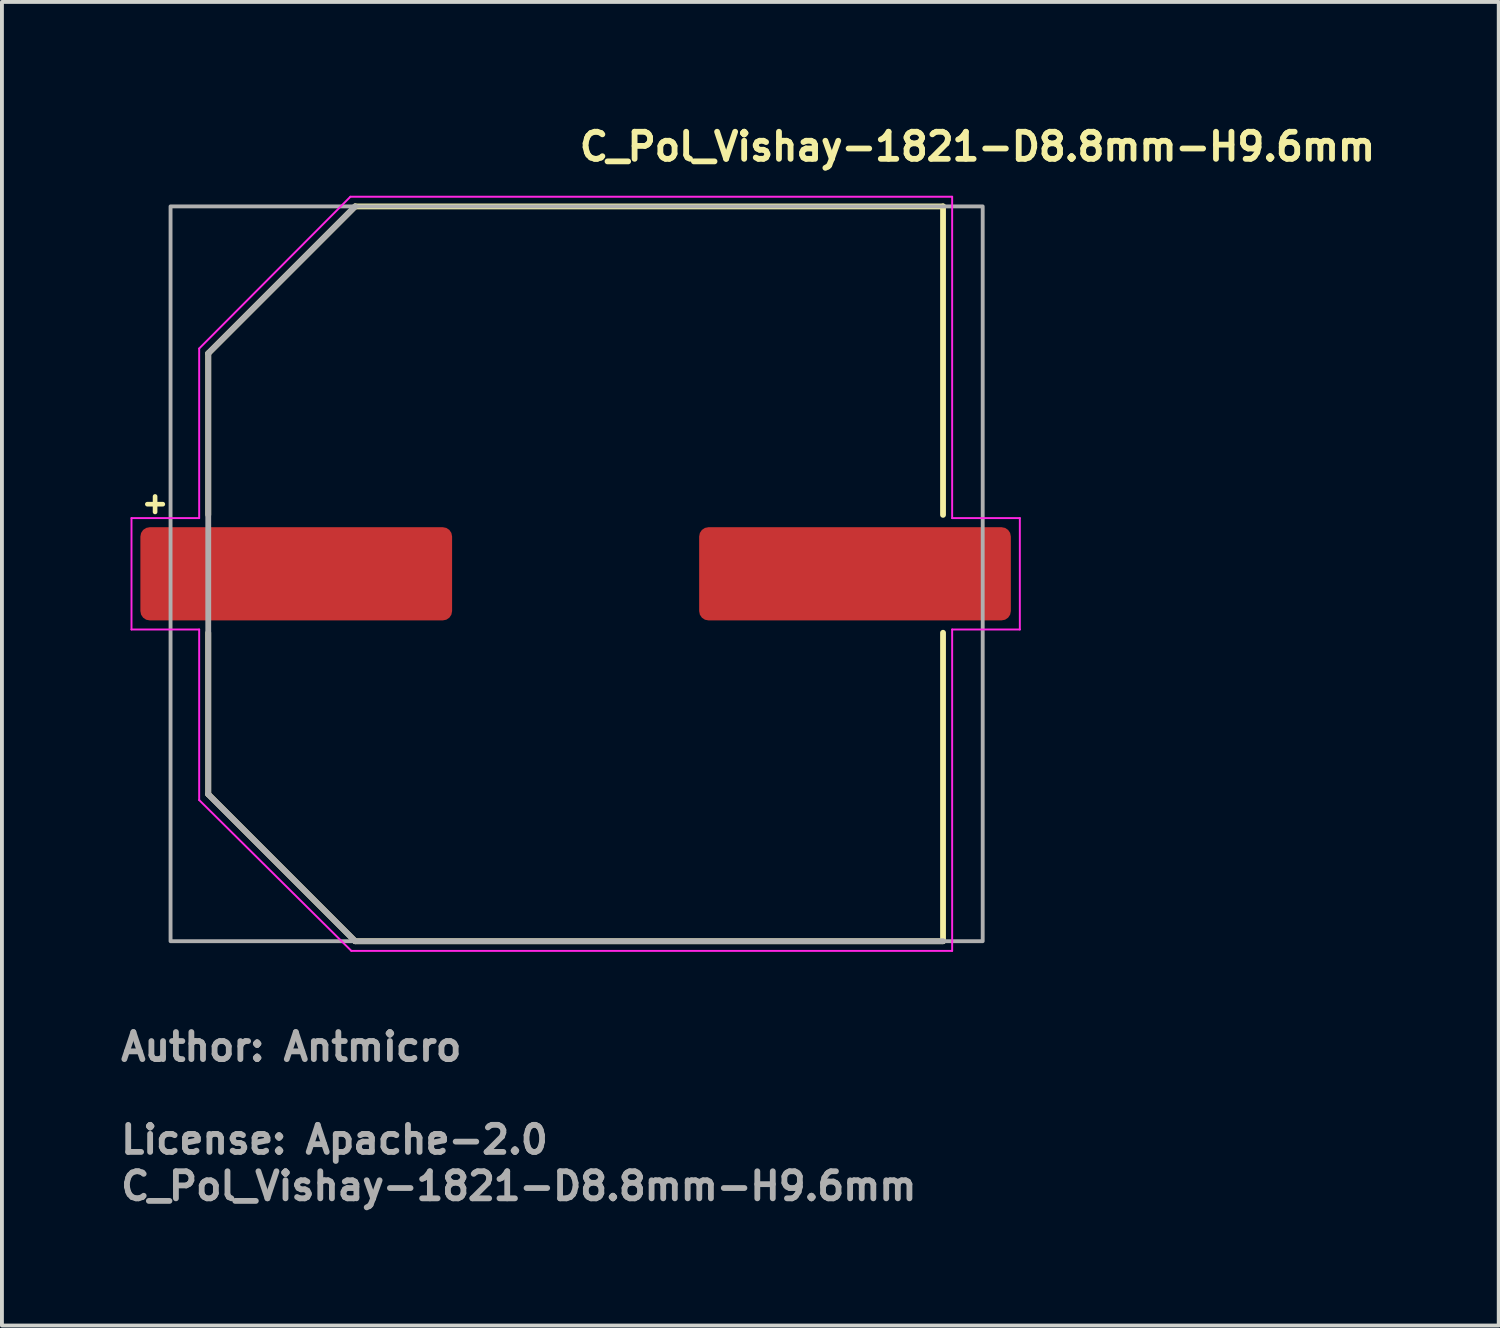
<source format=kicad_pcb>
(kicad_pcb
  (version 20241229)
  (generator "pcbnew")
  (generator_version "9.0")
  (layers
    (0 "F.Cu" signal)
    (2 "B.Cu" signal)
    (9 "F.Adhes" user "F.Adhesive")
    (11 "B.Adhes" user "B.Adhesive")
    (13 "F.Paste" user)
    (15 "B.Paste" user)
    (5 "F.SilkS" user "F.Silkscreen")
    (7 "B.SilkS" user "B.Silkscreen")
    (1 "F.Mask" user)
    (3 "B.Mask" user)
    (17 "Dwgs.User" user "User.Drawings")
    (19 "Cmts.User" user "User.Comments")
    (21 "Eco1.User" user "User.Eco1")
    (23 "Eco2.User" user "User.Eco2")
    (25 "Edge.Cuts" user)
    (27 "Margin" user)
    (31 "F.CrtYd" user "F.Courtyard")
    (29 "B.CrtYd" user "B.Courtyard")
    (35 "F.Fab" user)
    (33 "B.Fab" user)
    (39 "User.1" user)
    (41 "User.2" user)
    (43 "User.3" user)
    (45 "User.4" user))
  (footprint "C_Pol_Vishay-1821-D8.8mm-H9.6mm"
    (layer "F.Cu")
    (at 11.86 11.787)
    (property "Reference" "C_Pol_Vishay-1821-D8.8mm-H9.6mm" (at 0 -10.637 0) (layer "F.SilkS") (effects (font (size 0.7 0.7) (thickness 0.15)) (justify left bottom)))
    (attr smd)
    (fp_line (start -11.1 -1.8) (end -10.7 -1.8) (stroke (width 0.12) (type solid)) (layer "F.SilkS"))
    (fp_line (start -10.9 -2) (end -10.9 -1.6) (stroke (width 0.12) (type solid)) (layer "F.SilkS"))
    (fp_line (start -9.525 -5.7) (end -9.525 -1.524) (stroke (width 0.15) (type solid)) (layer "F.SilkS"))
    (fp_line (start -9.525 5.7) (end -9.525 1.524) (stroke (width 0.15) (type solid)) (layer "F.SilkS"))
    (fp_line (start -5.726 -9.5) (end -9.525 -5.7) (stroke (width 0.15) (type solid)) (layer "F.SilkS"))
    (fp_line (start -5.726 -9.5) (end 9.474 -9.5) (stroke (width 0.15) (type solid)) (layer "F.SilkS"))
    (fp_line (start -5.726 9.5) (end -9.525 5.7) (stroke (width 0.15) (type solid)) (layer "F.SilkS"))
    (fp_line (start 9.474 -9.5) (end 9.474 -1.524) (stroke (width 0.15) (type solid)) (layer "F.SilkS"))
    (fp_line (start 9.474 9.5) (end -5.726 9.5) (stroke (width 0.15) (type solid)) (layer "F.SilkS"))
    (fp_line (start 9.474 9.5) (end 9.474 1.524) (stroke (width 0.15) (type solid)) (layer "F.SilkS"))
    (fp_line (start -11.51 -1.44) (end -9.76 -1.44) (stroke (width 0.05) (type solid)) (layer "F.CrtYd"))
    (fp_line (start -11.51 1.44) (end -11.51 -1.44) (stroke (width 0.05) (type solid)) (layer "F.CrtYd"))
    (fp_line (start -9.76 -1.44) (end -9.76 -5.825) (stroke (width 0.05) (type solid)) (layer "F.CrtYd"))
    (fp_line (start -9.76 1.44) (end -11.51 1.44) (stroke (width 0.05) (type solid)) (layer "F.CrtYd"))
    (fp_line (start -9.76 5.85) (end -9.76 1.44) (stroke (width 0.05) (type solid)) (layer "F.CrtYd"))
    (fp_line (start -5.85 -9.75) (end -9.76 -5.825) (stroke (width 0.05) (type solid)) (layer "F.CrtYd"))
    (fp_line (start -5.85 -9.75) (end 9.71 -9.75) (stroke (width 0.05) (type solid)) (layer "F.CrtYd"))
    (fp_line (start -5.825 9.75) (end -9.76 5.85) (stroke (width 0.05) (type solid)) (layer "F.CrtYd"))
    (fp_line (start 9.71 -9.75) (end 9.71 -1.44) (stroke (width 0.05) (type solid)) (layer "F.CrtYd"))
    (fp_line (start 9.71 -1.44) (end 11.46 -1.44) (stroke (width 0.05) (type solid)) (layer "F.CrtYd"))
    (fp_line (start 9.71 1.44) (end 9.71 9.75) (stroke (width 0.05) (type solid)) (layer "F.CrtYd"))
    (fp_line (start 9.71 9.75) (end -5.825 9.75) (stroke (width 0.05) (type solid)) (layer "F.CrtYd"))
    (fp_line (start 11.46 -1.44) (end 11.46 1.44) (stroke (width 0.05) (type solid)) (layer "F.CrtYd"))
    (fp_line (start 11.46 1.44) (end 9.71 1.44) (stroke (width 0.05) (type solid)) (layer "F.CrtYd"))
    (fp_line (start -9.525 5.7) (end -9.525 -5.7) (stroke (width 0.15) (type solid)) (layer "F.Fab"))
    (fp_line (start -5.726 -9.5) (end -9.525 -5.7) (stroke (width 0.15) (type solid)) (layer "F.Fab"))
    (fp_line (start -5.726 9.5) (end -9.525 5.7) (stroke (width 0.15) (type solid)) (layer "F.Fab"))
    (fp_line (start 9.474 9.5) (end -5.726 9.5) (stroke (width 0.15) (type solid)) (layer "F.Fab"))
    (fp_rect (start -10.5 -9.5) (end 10.5 9.5) (stroke (width 0.1) (type solid)) (fill no) (layer "F.Fab"))
    (fp_rect (start -10.5 -9.5) (end 10.5 9.5) (stroke (width 0.1) (type solid)) (fill no) (layer "User.5"))
    (fp_line (start -10.5 -0.65) (end -10.5 0.65) (stroke (width 0.02) (type solid)) (layer "User.9"))
    (fp_line (start -10.5 0.65) (end -9.5 0.65) (stroke (width 0.02) (type solid)) (layer "User.9"))
    (fp_line (start -9.5 -5.7) (end -9.5 -4) (stroke (width 0.02) (type solid)) (layer "User.9"))
    (fp_line (start -9.5 -4) (end -9.5 4) (stroke (width 0.02) (type solid)) (layer "User.9"))
    (fp_line (start -9.5 -4) (end -8.284 -4) (stroke (width 0.02) (type solid)) (layer "User.9"))
    (fp_line (start -9.5 -0.65) (end -10.5 -0.65) (stroke (width 0.02) (type solid)) (layer "User.9"))
    (fp_line (start -9.5 4) (end -9.5 5.7) (stroke (width 0.02) (type solid)) (layer "User.9"))
    (fp_line (start -9.5 5.7) (end -5.7 9.5) (stroke (width 0.02) (type solid)) (layer "User.9"))
    (fp_line (start -9 0) (end -8.981 -0.582) (stroke (width 0.02) (type solid)) (layer "User.9"))
    (fp_line (start -8.981 -0.582) (end -8.924 -1.162) (stroke (width 0.02) (type solid)) (layer "User.9"))
    (fp_line (start -8.981 0.582) (end -9 0) (stroke (width 0.02) (type solid)) (layer "User.9"))
    (fp_line (start -8.924 -1.162) (end -8.83 -1.739) (stroke (width 0.02) (type solid)) (layer "User.9"))
    (fp_line (start -8.924 1.162) (end -8.981 0.582) (stroke (width 0.02) (type solid)) (layer "User.9"))
    (fp_line (start -8.83 -1.739) (end -8.698 -2.31) (stroke (width 0.02) (type solid)) (layer "User.9"))
    (fp_line (start -8.83 1.739) (end -8.924 1.162) (stroke (width 0.02) (type solid)) (layer "User.9"))
    (fp_line (start -8.698 -2.31) (end -8.528 -2.874) (stroke (width 0.02) (type solid)) (layer "User.9"))
    (fp_line (start -8.698 2.31) (end -8.83 1.739) (stroke (width 0.02) (type solid)) (layer "User.9"))
    (fp_line (start -8.528 -2.874) (end -8.321 -3.428) (stroke (width 0.02) (type solid)) (layer "User.9"))
    (fp_line (start -8.528 2.874) (end -8.698 2.31) (stroke (width 0.02) (type solid)) (layer "User.9"))
    (fp_line (start -8.321 -3.428) (end -8.076 -3.97) (stroke (width 0.02) (type solid)) (layer "User.9"))
    (fp_line (start -8.321 3.428) (end -8.528 2.874) (stroke (width 0.02) (type solid)) (layer "User.9"))
    (fp_line (start -8.284 -4) (end -8.108 -4.346) (stroke (width 0.02) (type solid)) (layer "User.9"))
    (fp_line (start -8.284 4) (end -9.5 4) (stroke (width 0.02) (type solid)) (layer "User.9"))
    (fp_line (start -8.108 -4.346) (end -7.918 -4.684) (stroke (width 0.02) (type solid)) (layer "User.9"))
    (fp_line (start -8.108 4.346) (end -8.284 4) (stroke (width 0.02) (type solid)) (layer "User.9"))
    (fp_line (start -8.076 -3.97) (end -7.794 -4.5) (stroke (width 0.02) (type solid)) (layer "User.9"))
    (fp_line (start -8.076 3.97) (end -8.321 3.428) (stroke (width 0.02) (type solid)) (layer "User.9"))
    (fp_line (start -7.918 -4.684) (end -7.714 -5.012) (stroke (width 0.02) (type solid)) (layer "User.9"))
    (fp_line (start -7.918 4.684) (end -8.108 4.346) (stroke (width 0.02) (type solid)) (layer "User.9"))
    (fp_line (start -7.794 -4.5) (end -7.794 -4.5) (stroke (width 0.02) (type solid)) (layer "User.9"))
    (fp_line (start -7.794 -4.5) (end -7.639 -4.757) (stroke (width 0.02) (type solid)) (layer "User.9"))
    (fp_line (start -7.794 4.5) (end -8.076 3.97) (stroke (width 0.02) (type solid)) (layer "User.9"))
    (fp_line (start -7.794 4.5) (end -7.794 4.5) (stroke (width 0.02) (type solid)) (layer "User.9"))
    (fp_line (start -7.714 -5.012) (end -7.497 -5.331) (stroke (width 0.02) (type solid)) (layer "User.9"))
    (fp_line (start -7.714 5.012) (end -7.918 4.684) (stroke (width 0.02) (type solid)) (layer "User.9"))
    (fp_line (start -7.639 -4.757) (end -7.477 -5.009) (stroke (width 0.02) (type solid)) (layer "User.9"))
    (fp_line (start -7.497 -5.331) (end -7.267 -5.641) (stroke (width 0.02) (type solid)) (layer "User.9"))
    (fp_line (start -7.497 5.331) (end -7.714 5.012) (stroke (width 0.02) (type solid)) (layer "User.9"))
    (fp_line (start -7.477 -5.009) (end -7.307 -5.254) (stroke (width 0.02) (type solid)) (layer "User.9"))
    (fp_line (start -7.477 5.009) (end -7.794 4.5) (stroke (width 0.02) (type solid)) (layer "User.9"))
    (fp_line (start -7.307 -5.254) (end -7.13 -5.492) (stroke (width 0.02) (type solid)) (layer "User.9"))
    (fp_line (start -7.267 -5.641) (end -7.026 -5.939) (stroke (width 0.02) (type solid)) (layer "User.9"))
    (fp_line (start -7.267 5.641) (end -7.497 5.331) (stroke (width 0.02) (type solid)) (layer "User.9"))
    (fp_line (start -7.13 -5.492) (end -6.946 -5.724) (stroke (width 0.02) (type solid)) (layer "User.9"))
    (fp_line (start -7.13 5.492) (end -7.477 5.009) (stroke (width 0.02) (type solid)) (layer "User.9"))
    (fp_line (start -7.026 -5.939) (end -6.772 -6.228) (stroke (width 0.02) (type solid)) (layer "User.9"))
    (fp_line (start -7.026 5.939) (end -7.267 5.641) (stroke (width 0.02) (type solid)) (layer "User.9"))
    (fp_line (start -6.946 -5.724) (end -6.753 -5.949) (stroke (width 0.02) (type solid)) (layer "User.9"))
    (fp_line (start -6.772 -6.228) (end -6.506 -6.505) (stroke (width 0.02) (type solid)) (layer "User.9"))
    (fp_line (start -6.772 6.228) (end -7.026 5.939) (stroke (width 0.02) (type solid)) (layer "User.9"))
    (fp_line (start -6.753 -5.949) (end -6.556 -6.167) (stroke (width 0.02) (type solid)) (layer "User.9"))
    (fp_line (start -6.753 5.949) (end -7.13 5.492) (stroke (width 0.02) (type solid)) (layer "User.9"))
    (fp_line (start -6.556 -6.167) (end -6.351 -6.377) (stroke (width 0.02) (type solid)) (layer "User.9"))
    (fp_line (start -6.506 -6.505) (end -6.229 -6.771) (stroke (width 0.02) (type solid)) (layer "User.9"))
    (fp_line (start -6.506 6.505) (end -6.772 6.228) (stroke (width 0.02) (type solid)) (layer "User.9"))
    (fp_line (start -6.351 -6.377) (end -6.14 -6.581) (stroke (width 0.02) (type solid)) (layer "User.9"))
    (fp_line (start -6.351 6.377) (end -6.753 5.949) (stroke (width 0.02) (type solid)) (layer "User.9"))
    (fp_line (start -6.229 -6.771) (end -5.939 -7.025) (stroke (width 0.02) (type solid)) (layer "User.9"))
    (fp_line (start -6.229 6.771) (end -6.506 6.505) (stroke (width 0.02) (type solid)) (layer "User.9"))
    (fp_line (start -6.14 -6.581) (end -5.922 -6.777) (stroke (width 0.02) (type solid)) (layer "User.9"))
    (fp_line (start -5.939 -7.025) (end -5.641 -7.267) (stroke (width 0.02) (type solid)) (layer "User.9"))
    (fp_line (start -5.939 7.025) (end -6.229 6.771) (stroke (width 0.02) (type solid)) (layer "User.9"))
    (fp_line (start -5.922 -6.777) (end -5.699 -6.966) (stroke (width 0.02) (type solid)) (layer "User.9"))
    (fp_line (start -5.922 6.777) (end -6.351 6.377) (stroke (width 0.02) (type solid)) (layer "User.9"))
    (fp_line (start -5.7 -9.5) (end -9.5 -5.7) (stroke (width 0.02) (type solid)) (layer "User.9"))
    (fp_line (start -5.7 9.5) (end -4 9.5) (stroke (width 0.02) (type solid)) (layer "User.9"))
    (fp_line (start -5.699 -6.966) (end -5.47 -7.147) (stroke (width 0.02) (type solid)) (layer "User.9"))
    (fp_line (start -5.641 -7.267) (end -5.332 -7.497) (stroke (width 0.02) (type solid)) (layer "User.9"))
    (fp_line (start -5.641 7.267) (end -5.939 7.025) (stroke (width 0.02) (type solid)) (layer "User.9"))
    (fp_line (start -5.47 -7.147) (end -5.234 -7.321) (stroke (width 0.02) (type solid)) (layer "User.9"))
    (fp_line (start -5.47 7.147) (end -5.922 6.777) (stroke (width 0.02) (type solid)) (layer "User.9"))
    (fp_line (start -5.332 -7.497) (end -5.013 -7.714) (stroke (width 0.02) (type solid)) (layer "User.9"))
    (fp_line (start -5.332 7.497) (end -5.641 7.267) (stroke (width 0.02) (type solid)) (layer "User.9"))
    (fp_line (start -5.234 -7.321) (end -4.995 -7.486) (stroke (width 0.02) (type solid)) (layer "User.9"))
    (fp_line (start -5.013 -7.714) (end -4.685 -7.918) (stroke (width 0.02) (type solid)) (layer "User.9"))
    (fp_line (start -5.013 7.714) (end -5.332 7.497) (stroke (width 0.02) (type solid)) (layer "User.9"))
    (fp_line (start -4.995 -7.486) (end -4.75 -7.644) (stroke (width 0.02) (type solid)) (layer "User.9"))
    (fp_line (start -4.995 7.486) (end -5.47 7.147) (stroke (width 0.02) (type solid)) (layer "User.9"))
    (fp_line (start -4.75 -7.644) (end -4.5 -7.794) (stroke (width 0.02) (type solid)) (layer "User.9"))
    (fp_line (start -4.685 -7.918) (end -4.346 -8.108) (stroke (width 0.02) (type solid)) (layer "User.9"))
    (fp_line (start -4.685 7.918) (end -5.013 7.714) (stroke (width 0.02) (type solid)) (layer "User.9"))
    (fp_line (start -4.5 -7.794) (end -4.246 -7.935) (stroke (width 0.02) (type solid)) (layer "User.9"))
    (fp_line (start -4.5 7.794) (end -4.995 7.486) (stroke (width 0.02) (type solid)) (layer "User.9"))
    (fp_line (start -4.346 -8.108) (end -4 -8.284) (stroke (width 0.02) (type solid)) (layer "User.9"))
    (fp_line (start -4.346 8.108) (end -4.685 7.918) (stroke (width 0.02) (type solid)) (layer "User.9"))
    (fp_line (start -4.246 -7.935) (end -3.987 -8.069) (stroke (width 0.02) (type solid)) (layer "User.9"))
    (fp_line (start -4 -9.5) (end -5.7 -9.5) (stroke (width 0.02) (type solid)) (layer "User.9"))
    (fp_line (start -4 -8.284) (end -4 -9.5) (stroke (width 0.02) (type solid)) (layer "User.9"))
    (fp_line (start -4 8.284) (end -4.346 8.108) (stroke (width 0.02) (type solid)) (layer "User.9"))
    (fp_line (start -4 9.5) (end -4 8.284) (stroke (width 0.02) (type solid)) (layer "User.9"))
    (fp_line (start -4 9.5) (end 4 9.5) (stroke (width 0.02) (type solid)) (layer "User.9"))
    (fp_line (start -3.987 -8.069) (end -3.723 -8.194) (stroke (width 0.02) (type solid)) (layer "User.9"))
    (fp_line (start -3.987 8.069) (end -4.5 7.794) (stroke (width 0.02) (type solid)) (layer "User.9"))
    (fp_line (start -3.723 -8.194) (end -3.456 -8.31) (stroke (width 0.02) (type solid)) (layer "User.9"))
    (fp_line (start -3.456 -8.31) (end -3.184 -8.418) (stroke (width 0.02) (type solid)) (layer "User.9"))
    (fp_line (start -3.456 8.31) (end -3.987 8.069) (stroke (width 0.02) (type solid)) (layer "User.9"))
    (fp_line (start -3.184 -8.418) (end -2.908 -8.517) (stroke (width 0.02) (type solid)) (layer "User.9"))
    (fp_line (start -2.908 -8.517) (end -2.631 -8.607) (stroke (width 0.02) (type solid)) (layer "User.9"))
    (fp_line (start -2.908 8.517) (end -3.456 8.31) (stroke (width 0.02) (type solid)) (layer "User.9"))
    (fp_line (start -2.631 -8.607) (end -2.349 -8.688) (stroke (width 0.02) (type solid)) (layer "User.9"))
    (fp_line (start -2.349 -8.688) (end -2.064 -8.76) (stroke (width 0.02) (type solid)) (layer "User.9"))
    (fp_line (start -2.349 8.688) (end -2.908 8.517) (stroke (width 0.02) (type solid)) (layer "User.9"))
    (fp_line (start -2.064 -8.76) (end -1.775 -8.823) (stroke (width 0.02) (type solid)) (layer "User.9"))
    (fp_line (start -1.775 -8.823) (end -1.485 -8.876) (stroke (width 0.02) (type solid)) (layer "User.9"))
    (fp_line (start -1.775 8.823) (end -2.349 8.688) (stroke (width 0.02) (type solid)) (layer "User.9"))
    (fp_line (start -1.485 -8.876) (end -1.192 -8.92) (stroke (width 0.02) (type solid)) (layer "User.9"))
    (fp_line (start -1.192 -8.92) (end -0.897 -8.955) (stroke (width 0.02) (type solid)) (layer "User.9"))
    (fp_line (start -1.192 8.92) (end -1.775 8.823) (stroke (width 0.02) (type solid)) (layer "User.9"))
    (fp_line (start -0.897 -8.955) (end -0.599 -8.98) (stroke (width 0.02) (type solid)) (layer "User.9"))
    (fp_line (start -0.599 -8.98) (end -0.301 -8.994) (stroke (width 0.02) (type solid)) (layer "User.9"))
    (fp_line (start -0.599 8.98) (end -1.192 8.92) (stroke (width 0.02) (type solid)) (layer "User.9"))
    (fp_line (start -0.301 -8.994) (end 0 -9) (stroke (width 0.02) (type solid)) (layer "User.9"))
    (fp_line (start 0 -9) (end 0.599 -8.98) (stroke (width 0.02) (type solid)) (layer "User.9"))
    (fp_line (start 0 9) (end -0.599 8.98) (stroke (width 0.02) (type solid)) (layer "User.9"))
    (fp_line (start 0.299 8.994) (end 0 9) (stroke (width 0.02) (type solid)) (layer "User.9"))
    (fp_line (start 0.599 -8.98) (end 1.192 -8.92) (stroke (width 0.02) (type solid)) (layer "User.9"))
    (fp_line (start 0.599 8.98) (end 0.299 8.994) (stroke (width 0.02) (type solid)) (layer "User.9"))
    (fp_line (start 0.896 8.955) (end 0.599 8.98) (stroke (width 0.02) (type solid)) (layer "User.9"))
    (fp_line (start 1.192 -8.92) (end 1.775 -8.823) (stroke (width 0.02) (type solid)) (layer "User.9"))
    (fp_line (start 1.192 8.92) (end 0.896 8.955) (stroke (width 0.02) (type solid)) (layer "User.9"))
    (fp_line (start 1.484 8.876) (end 1.192 8.92) (stroke (width 0.02) (type solid)) (layer "User.9"))
    (fp_line (start 1.775 -8.823) (end 2.348 -8.688) (stroke (width 0.02) (type solid)) (layer "User.9"))
    (fp_line (start 1.775 8.823) (end 1.484 8.876) (stroke (width 0.02) (type solid)) (layer "User.9"))
    (fp_line (start 2.063 8.76) (end 1.775 8.823) (stroke (width 0.02) (type solid)) (layer "User.9"))
    (fp_line (start 2.348 -8.688) (end 2.907 -8.517) (stroke (width 0.02) (type solid)) (layer "User.9"))
    (fp_line (start 2.348 8.688) (end 2.063 8.76) (stroke (width 0.02) (type solid)) (layer "User.9"))
    (fp_line (start 2.63 8.607) (end 2.348 8.688) (stroke (width 0.02) (type solid)) (layer "User.9"))
    (fp_line (start 2.907 -8.517) (end 3.455 -8.31) (stroke (width 0.02) (type solid)) (layer "User.9"))
    (fp_line (start 2.907 8.517) (end 2.63 8.607) (stroke (width 0.02) (type solid)) (layer "User.9"))
    (fp_line (start 3.109 -2.573) (end 3.109 2.573) (stroke (width 0.02) (type solid)) (layer "User.9"))
    (fp_line (start 3.109 -2.573) (end 3.109 2.573) (stroke (width 0.02) (type solid)) (layer "User.9"))
    (fp_line (start 3.109 2.573) (end 6.628 2.573) (stroke (width 0.02) (type solid)) (layer "User.9"))
    (fp_line (start 3.109 2.573) (end 6.628 2.573) (stroke (width 0.02) (type solid)) (layer "User.9"))
    (fp_line (start 3.182 8.418) (end 2.907 8.517) (stroke (width 0.02) (type solid)) (layer "User.9"))
    (fp_line (start 3.455 -8.31) (end 3.986 -8.069) (stroke (width 0.02) (type solid)) (layer "User.9"))
    (fp_line (start 3.455 8.31) (end 3.182 8.418) (stroke (width 0.02) (type solid)) (layer "User.9"))
    (fp_line (start 3.721 8.194) (end 3.455 8.31) (stroke (width 0.02) (type solid)) (layer "User.9"))
    (fp_line (start 3.986 -8.069) (end 4.5 -7.794) (stroke (width 0.02) (type solid)) (layer "User.9"))
    (fp_line (start 3.986 8.069) (end 3.721 8.194) (stroke (width 0.02) (type solid)) (layer "User.9"))
    (fp_line (start 4 -9.5) (end -4 -9.5) (stroke (width 0.02) (type solid)) (layer "User.9"))
    (fp_line (start 4 -9.5) (end 4 -8.284) (stroke (width 0.02) (type solid)) (layer "User.9"))
    (fp_line (start 4 -8.284) (end 4.346 -8.108) (stroke (width 0.02) (type solid)) (layer "User.9"))
    (fp_line (start 4 8.284) (end 4 9.5) (stroke (width 0.02) (type solid)) (layer "User.9"))
    (fp_line (start 4 9.5) (end 9.5 9.5) (stroke (width 0.02) (type solid)) (layer "User.9"))
    (fp_line (start 4.245 7.935) (end 3.986 8.069) (stroke (width 0.02) (type solid)) (layer "User.9"))
    (fp_line (start 4.346 -8.108) (end 4.684 -7.918) (stroke (width 0.02) (type solid)) (layer "User.9"))
    (fp_line (start 4.346 8.108) (end 4 8.284) (stroke (width 0.02) (type solid)) (layer "User.9"))
    (fp_line (start 4.5 -7.794) (end 4.994 -7.486) (stroke (width 0.02) (type solid)) (layer "User.9"))
    (fp_line (start 4.5 7.794) (end 4.245 7.935) (stroke (width 0.02) (type solid)) (layer "User.9"))
    (fp_line (start 4.684 -7.918) (end 5.012 -7.714) (stroke (width 0.02) (type solid)) (layer "User.9"))
    (fp_line (start 4.684 7.918) (end 4.346 8.108) (stroke (width 0.02) (type solid)) (layer "User.9"))
    (fp_line (start 4.749 7.644) (end 4.5 7.794) (stroke (width 0.02) (type solid)) (layer "User.9"))
    (fp_line (start 4.994 -7.486) (end 5.468 -7.147) (stroke (width 0.02) (type solid)) (layer "User.9"))
    (fp_line (start 4.994 7.486) (end 4.749 7.644) (stroke (width 0.02) (type solid)) (layer "User.9"))
    (fp_line (start 5.012 -7.714) (end 5.33 -7.497) (stroke (width 0.02) (type solid)) (layer "User.9"))
    (fp_line (start 5.012 7.714) (end 4.684 7.918) (stroke (width 0.02) (type solid)) (layer "User.9"))
    (fp_line (start 5.234 7.321) (end 4.994 7.486) (stroke (width 0.02) (type solid)) (layer "User.9"))
    (fp_line (start 5.33 -7.497) (end 5.641 -7.267) (stroke (width 0.02) (type solid)) (layer "User.9"))
    (fp_line (start 5.33 7.497) (end 5.012 7.714) (stroke (width 0.02) (type solid)) (layer "User.9"))
    (fp_line (start 5.468 -7.147) (end 5.921 -6.777) (stroke (width 0.02) (type solid)) (layer "User.9"))
    (fp_line (start 5.468 7.147) (end 5.234 7.321) (stroke (width 0.02) (type solid)) (layer "User.9"))
    (fp_line (start 5.641 -7.267) (end 5.939 -7.025) (stroke (width 0.02) (type solid)) (layer "User.9"))
    (fp_line (start 5.641 7.267) (end 5.33 7.497) (stroke (width 0.02) (type solid)) (layer "User.9"))
    (fp_line (start 5.698 6.966) (end 5.468 7.147) (stroke (width 0.02) (type solid)) (layer "User.9"))
    (fp_line (start 5.921 -6.777) (end 6.349 -6.377) (stroke (width 0.02) (type solid)) (layer "User.9"))
    (fp_line (start 5.921 6.777) (end 5.698 6.966) (stroke (width 0.02) (type solid)) (layer "User.9"))
    (fp_line (start 5.939 -7.025) (end 6.228 -6.771) (stroke (width 0.02) (type solid)) (layer "User.9"))
    (fp_line (start 5.939 7.025) (end 5.641 7.267) (stroke (width 0.02) (type solid)) (layer "User.9"))
    (fp_line (start 6.139 6.581) (end 5.921 6.777) (stroke (width 0.02) (type solid)) (layer "User.9"))
    (fp_line (start 6.228 -6.771) (end 6.505 -6.505) (stroke (width 0.02) (type solid)) (layer "User.9"))
    (fp_line (start 6.228 6.771) (end 5.939 7.025) (stroke (width 0.02) (type solid)) (layer "User.9"))
    (fp_line (start 6.349 -6.377) (end 6.753 -5.949) (stroke (width 0.02) (type solid)) (layer "User.9"))
    (fp_line (start 6.349 6.377) (end 6.139 6.581) (stroke (width 0.02) (type solid)) (layer "User.9"))
    (fp_line (start 6.505 -6.505) (end 6.771 -6.228) (stroke (width 0.02) (type solid)) (layer "User.9"))
    (fp_line (start 6.505 6.505) (end 6.228 6.771) (stroke (width 0.02) (type solid)) (layer "User.9"))
    (fp_line (start 6.555 6.167) (end 6.349 6.377) (stroke (width 0.02) (type solid)) (layer "User.9"))
    (fp_line (start 6.628 -2.573) (end 3.109 -2.573) (stroke (width 0.02) (type solid)) (layer "User.9"))
    (fp_line (start 6.628 -2.573) (end 3.109 -2.573) (stroke (width 0.02) (type solid)) (layer "User.9"))
    (fp_line (start 6.628 2.573) (end 6.628 -2.573) (stroke (width 0.02) (type solid)) (layer "User.9"))
    (fp_line (start 6.628 2.573) (end 6.628 -2.573) (stroke (width 0.02) (type solid)) (layer "User.9"))
    (fp_line (start 6.753 -5.949) (end 7.128 -5.492) (stroke (width 0.02) (type solid)) (layer "User.9"))
    (fp_line (start 6.753 5.949) (end 6.555 6.167) (stroke (width 0.02) (type solid)) (layer "User.9"))
    (fp_line (start 6.771 -6.228) (end 7.025 -5.939) (stroke (width 0.02) (type solid)) (layer "User.9"))
    (fp_line (start 6.771 6.228) (end 6.505 6.505) (stroke (width 0.02) (type solid)) (layer "User.9"))
    (fp_line (start 6.945 5.724) (end 6.753 5.949) (stroke (width 0.02) (type solid)) (layer "User.9"))
    (fp_line (start 7.025 -5.939) (end 7.266 -5.641) (stroke (width 0.02) (type solid)) (layer "User.9"))
    (fp_line (start 7.025 5.939) (end 6.771 6.228) (stroke (width 0.02) (type solid)) (layer "User.9"))
    (fp_line (start 7.128 -5.492) (end 7.477 -5.009) (stroke (width 0.02) (type solid)) (layer "User.9"))
    (fp_line (start 7.128 5.492) (end 6.945 5.724) (stroke (width 0.02) (type solid)) (layer "User.9"))
    (fp_line (start 7.266 -5.641) (end 7.497 -5.331) (stroke (width 0.02) (type solid)) (layer "User.9"))
    (fp_line (start 7.266 5.641) (end 7.025 5.939) (stroke (width 0.02) (type solid)) (layer "User.9"))
    (fp_line (start 7.307 5.254) (end 7.128 5.492) (stroke (width 0.02) (type solid)) (layer "User.9"))
    (fp_line (start 7.477 -5.009) (end 7.794 -4.5) (stroke (width 0.02) (type solid)) (layer "User.9"))
    (fp_line (start 7.477 5.009) (end 7.307 5.254) (stroke (width 0.02) (type solid)) (layer "User.9"))
    (fp_line (start 7.497 -5.331) (end 7.714 -5.012) (stroke (width 0.02) (type solid)) (layer "User.9"))
    (fp_line (start 7.497 5.331) (end 7.266 5.641) (stroke (width 0.02) (type solid)) (layer "User.9"))
    (fp_line (start 7.639 4.757) (end 7.477 5.009) (stroke (width 0.02) (type solid)) (layer "User.9"))
    (fp_line (start 7.714 -5.012) (end 7.918 -4.684) (stroke (width 0.02) (type solid)) (layer "User.9"))
    (fp_line (start 7.714 5.012) (end 7.497 5.331) (stroke (width 0.02) (type solid)) (layer "User.9"))
    (fp_line (start 7.794 -4.5) (end 7.794 -4.5) (stroke (width 0.02) (type solid)) (layer "User.9"))
    (fp_line (start 7.794 -4.5) (end 8.076 -3.97) (stroke (width 0.02) (type solid)) (layer "User.9"))
    (fp_line (start 7.794 4.5) (end 7.639 4.757) (stroke (width 0.02) (type solid)) (layer "User.9"))
    (fp_line (start 7.794 4.5) (end 7.794 4.5) (stroke (width 0.02) (type solid)) (layer "User.9"))
    (fp_line (start 7.918 -4.684) (end 8.108 -4.346) (stroke (width 0.02) (type solid)) (layer "User.9"))
    (fp_line (start 7.918 4.684) (end 7.714 5.012) (stroke (width 0.02) (type solid)) (layer "User.9"))
    (fp_line (start 8.076 -3.97) (end 8.321 -3.428) (stroke (width 0.02) (type solid)) (layer "User.9"))
    (fp_line (start 8.076 3.97) (end 7.794 4.5) (stroke (width 0.02) (type solid)) (layer "User.9"))
    (fp_line (start 8.108 -4.346) (end 8.284 -4) (stroke (width 0.02) (type solid)) (layer "User.9"))
    (fp_line (start 8.108 4.346) (end 7.918 4.684) (stroke (width 0.02) (type solid)) (layer "User.9"))
    (fp_line (start 8.284 -4) (end 9.5 -4) (stroke (width 0.02) (type solid)) (layer "User.9"))
    (fp_line (start 8.284 4) (end 8.108 4.346) (stroke (width 0.02) (type solid)) (layer "User.9"))
    (fp_line (start 8.321 -3.428) (end 8.528 -2.874) (stroke (width 0.02) (type solid)) (layer "User.9"))
    (fp_line (start 8.321 3.428) (end 8.076 3.97) (stroke (width 0.02) (type solid)) (layer "User.9"))
    (fp_line (start 8.528 -2.874) (end 8.698 -2.31) (stroke (width 0.02) (type solid)) (layer "User.9"))
    (fp_line (start 8.528 2.874) (end 8.321 3.428) (stroke (width 0.02) (type solid)) (layer "User.9"))
    (fp_line (start 8.698 -2.31) (end 8.83 -1.739) (stroke (width 0.02) (type solid)) (layer "User.9"))
    (fp_line (start 8.698 2.31) (end 8.528 2.874) (stroke (width 0.02) (type solid)) (layer "User.9"))
    (fp_line (start 8.83 -1.739) (end 8.924 -1.162) (stroke (width 0.02) (type solid)) (layer "User.9"))
    (fp_line (start 8.83 1.739) (end 8.698 2.31) (stroke (width 0.02) (type solid)) (layer "User.9"))
    (fp_line (start 8.924 -1.162) (end 8.981 -0.582) (stroke (width 0.02) (type solid)) (layer "User.9"))
    (fp_line (start 8.924 1.162) (end 8.83 1.739) (stroke (width 0.02) (type solid)) (layer "User.9"))
    (fp_line (start 8.981 -0.582) (end 9 0) (stroke (width 0.02) (type solid)) (layer "User.9"))
    (fp_line (start 8.981 0.582) (end 8.924 1.162) (stroke (width 0.02) (type solid)) (layer "User.9"))
    (fp_line (start 9 0) (end 8.981 0.582) (stroke (width 0.02) (type solid)) (layer "User.9"))
    (fp_line (start 9.5 -9.5) (end 4 -9.5) (stroke (width 0.02) (type solid)) (layer "User.9"))
    (fp_line (start 9.5 -4) (end 9.5 -9.5) (stroke (width 0.02) (type solid)) (layer "User.9"))
    (fp_line (start 9.5 0.65) (end 10.5 0.65) (stroke (width 0.02) (type solid)) (layer "User.9"))
    (fp_line (start 9.5 4) (end 8.284 4) (stroke (width 0.02) (type solid)) (layer "User.9"))
    (fp_line (start 9.5 4) (end 9.5 -4) (stroke (width 0.02) (type solid)) (layer "User.9"))
    (fp_line (start 9.5 9.5) (end 9.5 4) (stroke (width 0.02) (type solid)) (layer "User.9"))
    (fp_line (start 10.5 -0.65) (end 9.5 -0.65) (stroke (width 0.02) (type solid)) (layer "User.9"))
    (fp_line (start 10.5 0.65) (end 10.5 -0.65) (stroke (width 0.02) (type solid)) (layer "User.9"))
    (fp_text user "Author: Antmicro" (at -11.86 12.642 0) (layer "F.Fab") (effects (font (size 0.7 0.7) (thickness 0.15)) (justify left bottom)))
    (fp_text user "${REFERENCE}" (at -11.86 16.242 0) (layer "F.Fab") (effects (font (size 0.7 0.7) (thickness 0.15)) (justify left bottom)))
    (fp_text user "License: Apache-2.0" (at -11.86 15.042 0) (layer "F.Fab") (effects (font (size 0.7 0.7) (thickness 0.15)) (justify left bottom)))
    (pad "1" smd roundrect (at -7.25 0) (size 8.06 2.41) (layers "F.Cu" "F.Mask" "F.Paste") (roundrect_rratio 0.1))
    (pad "2" smd roundrect (at 7.198 0) (size 8.06 2.41) (layers "F.Cu" "F.Mask" "F.Paste") (roundrect_rratio 0.1)))
  (gr_rect
    (start -3 -3)
    (end 35.703 31.224)
    (stroke (width 0.1) (type default))
    (fill no)
    (layer "Edge.Cuts")))
</source>
